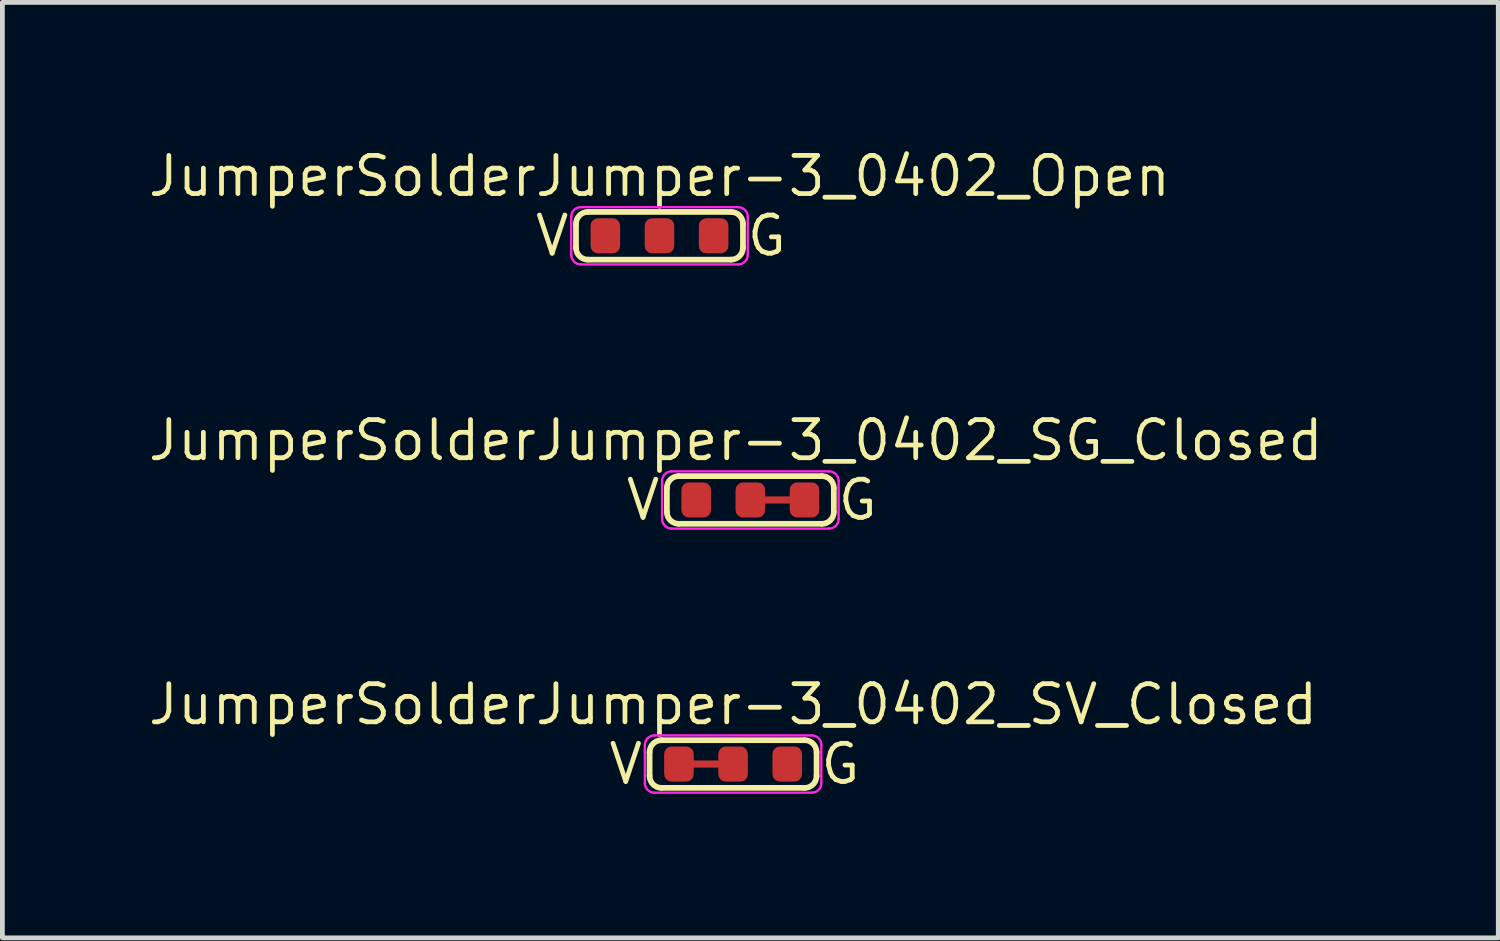
<source format=kicad_pcb>
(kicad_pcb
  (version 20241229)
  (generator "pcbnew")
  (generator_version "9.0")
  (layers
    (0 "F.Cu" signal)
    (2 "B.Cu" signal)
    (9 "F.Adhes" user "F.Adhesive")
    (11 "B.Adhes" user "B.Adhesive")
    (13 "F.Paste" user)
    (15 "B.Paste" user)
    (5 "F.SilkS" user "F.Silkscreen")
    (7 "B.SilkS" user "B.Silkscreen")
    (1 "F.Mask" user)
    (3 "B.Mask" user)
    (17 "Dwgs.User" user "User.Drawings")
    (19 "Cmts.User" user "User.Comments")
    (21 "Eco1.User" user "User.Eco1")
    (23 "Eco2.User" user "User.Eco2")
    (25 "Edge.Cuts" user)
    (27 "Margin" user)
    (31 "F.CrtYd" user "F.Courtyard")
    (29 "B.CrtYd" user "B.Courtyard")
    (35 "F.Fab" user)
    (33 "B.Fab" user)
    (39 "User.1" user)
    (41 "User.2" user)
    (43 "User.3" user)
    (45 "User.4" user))
  (footprint "JumperSolderJumper-3_0402_Open"
    (layer "F.Cu")
    (at 10.775 1.893)
    (property "Reference" "JumperSolderJumper-3_0402_Open" (at 0 -1.25 0) (layer "F.SilkS") (effects (font (size 0.8 0.8) (thickness 0.1))))
    (attr exclude_from_pos_files exclude_from_bom)
    (fp_line (start -1.75 -0.25) (end -1.75 0.25) (stroke (width 0.12) (type default)) (layer "F.SilkS"))
    (fp_line (start -1.5 -0.5) (end 1.5 -0.5) (stroke (width 0.12) (type solid)) (layer "F.SilkS"))
    (fp_line (start -1.5 0.5) (end 1.5 0.5) (stroke (width 0.12) (type solid)) (layer "F.SilkS"))
    (fp_line (start 1.75 -0.25) (end 1.75 0.25) (stroke (width 0.12) (type default)) (layer "F.SilkS"))
    (fp_arc (start -1.75 -0.25) (mid -1.676777 -0.426777) (end -1.5 -0.5) (stroke (width 0.12) (type default)) (layer "F.SilkS"))
    (fp_arc (start -1.5 0.5) (mid -1.676777 0.426777) (end -1.75 0.25) (stroke (width 0.12) (type default)) (layer "F.SilkS"))
    (fp_arc (start 1.5 -0.5) (mid 1.676777 -0.426777) (end 1.75 -0.25) (stroke (width 0.12) (type default)) (layer "F.SilkS"))
    (fp_arc (start 1.75 0.25) (mid 1.676777 0.426777) (end 1.5 0.5) (stroke (width 0.12) (type default)) (layer "F.SilkS"))
    (fp_line (start -1.85 -0.4) (end -1.85 0.4) (stroke (width 0.05) (type solid)) (layer "F.CrtYd"))
    (fp_line (start -1.65 -0.6) (end 1.65 -0.6) (stroke (width 0.05) (type solid)) (layer "F.CrtYd"))
    (fp_line (start 1.65 0.6) (end -1.65 0.6) (stroke (width 0.05) (type solid)) (layer "F.CrtYd"))
    (fp_line (start 1.85 0.4) (end 1.85 -0.4) (stroke (width 0.05) (type solid)) (layer "F.CrtYd"))
    (fp_arc (start -1.85 -0.4) (mid -1.791421 -0.541421) (end -1.65 -0.6) (stroke (width 0.05) (type default)) (layer "F.CrtYd"))
    (fp_arc (start -1.65 0.6) (mid -1.791421 0.541421) (end -1.85 0.4) (stroke (width 0.05) (type default)) (layer "F.CrtYd"))
    (fp_arc (start 1.65 -0.6) (mid 1.791421 -0.541421) (end 1.85 -0.4) (stroke (width 0.05) (type default)) (layer "F.CrtYd"))
    (fp_arc (start 1.85 0.4) (mid 1.791421 0.541421) (end 1.65 0.6) (stroke (width 0.05) (type default)) (layer "F.CrtYd"))
    (fp_text user "V" (at -2.25 0 0) (layer "F.SilkS") (effects (font (size 0.8 0.8) (thickness 0.1))))
    (fp_text user "G" (at 2.25 0 0) (layer "F.SilkS") (effects (font (size 0.8 0.8) (thickness 0.1))))
    (pad "1" smd roundrect (at -1.135 0) (size 0.62 0.735) (layers "F.Cu" "F.Mask") (roundrect_rratio 0.25))
    (pad "2" smd roundrect (at 0 0) (size 0.62 0.735) (layers "F.Cu" "F.Mask") (roundrect_rratio 0.25))
    (pad "3" smd roundrect (at 1.135 0) (size 0.62 0.735) (layers "F.Cu" "F.Mask") (roundrect_rratio 0.25)))
  (footprint "JumperSolderJumper-3_0402_SV_Closed"
    (layer "F.Cu")
    (at 12.318 12.967)
    (property "Reference" "JumperSolderJumper-3_0402_SV_Closed" (at 0 -1.25 0) (layer "F.SilkS") (effects (font (size 0.8 0.8) (thickness 0.1))))
    (attr exclude_from_pos_files exclude_from_bom)
    (fp_line (start -1.15 0) (end -0.015 0) (stroke (width 0.15) (type default)) (layer "F.Cu"))
    (fp_line (start -1.75 -0.25) (end -1.75 0.25) (stroke (width 0.12) (type default)) (layer "F.SilkS"))
    (fp_line (start -1.5 -0.5) (end 1.5 -0.5) (stroke (width 0.12) (type solid)) (layer "F.SilkS"))
    (fp_line (start -1.5 0.5) (end 1.5 0.5) (stroke (width 0.12) (type solid)) (layer "F.SilkS"))
    (fp_line (start 1.75 -0.25) (end 1.75 0.25) (stroke (width 0.12) (type default)) (layer "F.SilkS"))
    (fp_arc (start -1.75 -0.25) (mid -1.676777 -0.426777) (end -1.5 -0.5) (stroke (width 0.12) (type default)) (layer "F.SilkS"))
    (fp_arc (start -1.5 0.5) (mid -1.676777 0.426777) (end -1.75 0.25) (stroke (width 0.12) (type default)) (layer "F.SilkS"))
    (fp_arc (start 1.5 -0.5) (mid 1.676777 -0.426777) (end 1.75 -0.25) (stroke (width 0.12) (type default)) (layer "F.SilkS"))
    (fp_arc (start 1.75 0.25) (mid 1.676777 0.426777) (end 1.5 0.5) (stroke (width 0.12) (type default)) (layer "F.SilkS"))
    (fp_line (start -1.85 -0.4) (end -1.85 0.4) (stroke (width 0.05) (type solid)) (layer "F.CrtYd"))
    (fp_line (start -1.65 -0.6) (end 1.65 -0.6) (stroke (width 0.05) (type solid)) (layer "F.CrtYd"))
    (fp_line (start 1.65 0.6) (end -1.65 0.6) (stroke (width 0.05) (type solid)) (layer "F.CrtYd"))
    (fp_line (start 1.85 0.4) (end 1.85 -0.4) (stroke (width 0.05) (type solid)) (layer "F.CrtYd"))
    (fp_arc (start -1.85 -0.4) (mid -1.791421 -0.541421) (end -1.65 -0.6) (stroke (width 0.05) (type default)) (layer "F.CrtYd"))
    (fp_arc (start -1.65 0.6) (mid -1.791421 0.541421) (end -1.85 0.4) (stroke (width 0.05) (type default)) (layer "F.CrtYd"))
    (fp_arc (start 1.65 -0.6) (mid 1.791421 -0.541421) (end 1.85 -0.4) (stroke (width 0.05) (type default)) (layer "F.CrtYd"))
    (fp_arc (start 1.85 0.4) (mid 1.791421 0.541421) (end 1.65 0.6) (stroke (width 0.05) (type default)) (layer "F.CrtYd"))
    (fp_text user "G" (at 2.25 0 0) (layer "F.SilkS") (effects (font (size 0.8 0.8) (thickness 0.1))))
    (fp_text user "V" (at -2.25 0 0) (layer "F.SilkS") (effects (font (size 0.8 0.8) (thickness 0.1))))
    (pad "1" smd roundrect (at -1.135 0) (size 0.62 0.735) (layers "F.Cu" "F.Mask") (roundrect_rratio 0.25))
    (pad "2" smd roundrect (at 0 0) (size 0.62 0.735) (layers "F.Cu" "F.Mask") (roundrect_rratio 0.25))
    (pad "3" smd roundrect (at 1.135 0) (size 0.62 0.735) (layers "F.Cu" "F.Mask") (roundrect_rratio 0.25)))
  (footprint "JumperSolderJumper-3_0402_SG_Closed "
    (layer "F.Cu")
    (at 12.68 7.431)
    (property "Reference" "JumperSolderJumper-3_0402_SG_Closed " (at 0 -1.25 0) (layer "F.SilkS") (effects (font (size 0.8 0.8) (thickness 0.1))))
    (attr exclude_from_pos_files exclude_from_bom)
    (fp_line (start 0 0) (end 1.135 0) (stroke (width 0.15) (type default)) (layer "F.Cu"))
    (fp_line (start -1.75 -0.25) (end -1.75 0.25) (stroke (width 0.12) (type default)) (layer "F.SilkS"))
    (fp_line (start -1.5 -0.5) (end 1.5 -0.5) (stroke (width 0.12) (type solid)) (layer "F.SilkS"))
    (fp_line (start -1.5 0.5) (end 1.5 0.5) (stroke (width 0.12) (type solid)) (layer "F.SilkS"))
    (fp_line (start 1.75 -0.25) (end 1.75 0.25) (stroke (width 0.12) (type default)) (layer "F.SilkS"))
    (fp_arc (start -1.75 -0.25) (mid -1.676777 -0.426777) (end -1.5 -0.5) (stroke (width 0.12) (type default)) (layer "F.SilkS"))
    (fp_arc (start -1.5 0.5) (mid -1.676777 0.426777) (end -1.75 0.25) (stroke (width 0.12) (type default)) (layer "F.SilkS"))
    (fp_arc (start 1.5 -0.5) (mid 1.676777 -0.426777) (end 1.75 -0.25) (stroke (width 0.12) (type default)) (layer "F.SilkS"))
    (fp_arc (start 1.75 0.25) (mid 1.676777 0.426777) (end 1.5 0.5) (stroke (width 0.12) (type default)) (layer "F.SilkS"))
    (fp_line (start -1.85 -0.4) (end -1.85 0.4) (stroke (width 0.05) (type solid)) (layer "F.CrtYd"))
    (fp_line (start -1.65 -0.6) (end 1.65 -0.6) (stroke (width 0.05) (type solid)) (layer "F.CrtYd"))
    (fp_line (start 1.65 0.6) (end -1.65 0.6) (stroke (width 0.05) (type solid)) (layer "F.CrtYd"))
    (fp_line (start 1.85 0.4) (end 1.85 -0.4) (stroke (width 0.05) (type solid)) (layer "F.CrtYd"))
    (fp_arc (start -1.85 -0.4) (mid -1.791421 -0.541421) (end -1.65 -0.6) (stroke (width 0.05) (type default)) (layer "F.CrtYd"))
    (fp_arc (start -1.65 0.6) (mid -1.791421 0.541421) (end -1.85 0.4) (stroke (width 0.05) (type default)) (layer "F.CrtYd"))
    (fp_arc (start 1.65 -0.6) (mid 1.791421 -0.541421) (end 1.85 -0.4) (stroke (width 0.05) (type default)) (layer "F.CrtYd"))
    (fp_arc (start 1.85 0.4) (mid 1.791421 0.541421) (end 1.65 0.6) (stroke (width 0.05) (type default)) (layer "F.CrtYd"))
    (fp_text user "V" (at -2.25 0 0) (layer "F.SilkS") (effects (font (size 0.8 0.8) (thickness 0.1))))
    (fp_text user "G" (at 2.25 0 0) (layer "F.SilkS") (effects (font (size 0.8 0.8) (thickness 0.1))))
    (pad "1" smd roundrect (at -1.135 0) (size 0.62 0.735) (layers "F.Cu" "F.Mask") (roundrect_rratio 0.25))
    (pad "2" smd roundrect (at 0 0) (size 0.62 0.735) (layers "F.Cu" "F.Mask") (roundrect_rratio 0.25))
    (pad "3" smd roundrect (at 1.135 0) (size 0.62 0.735) (layers "F.Cu" "F.Mask") (roundrect_rratio 0.25)))
  (gr_rect
    (start -3 -3)
    (end 28.359 16.611)
    (stroke (width 0.1) (type default))
    (fill no)
    (layer "Edge.Cuts")))
</source>
